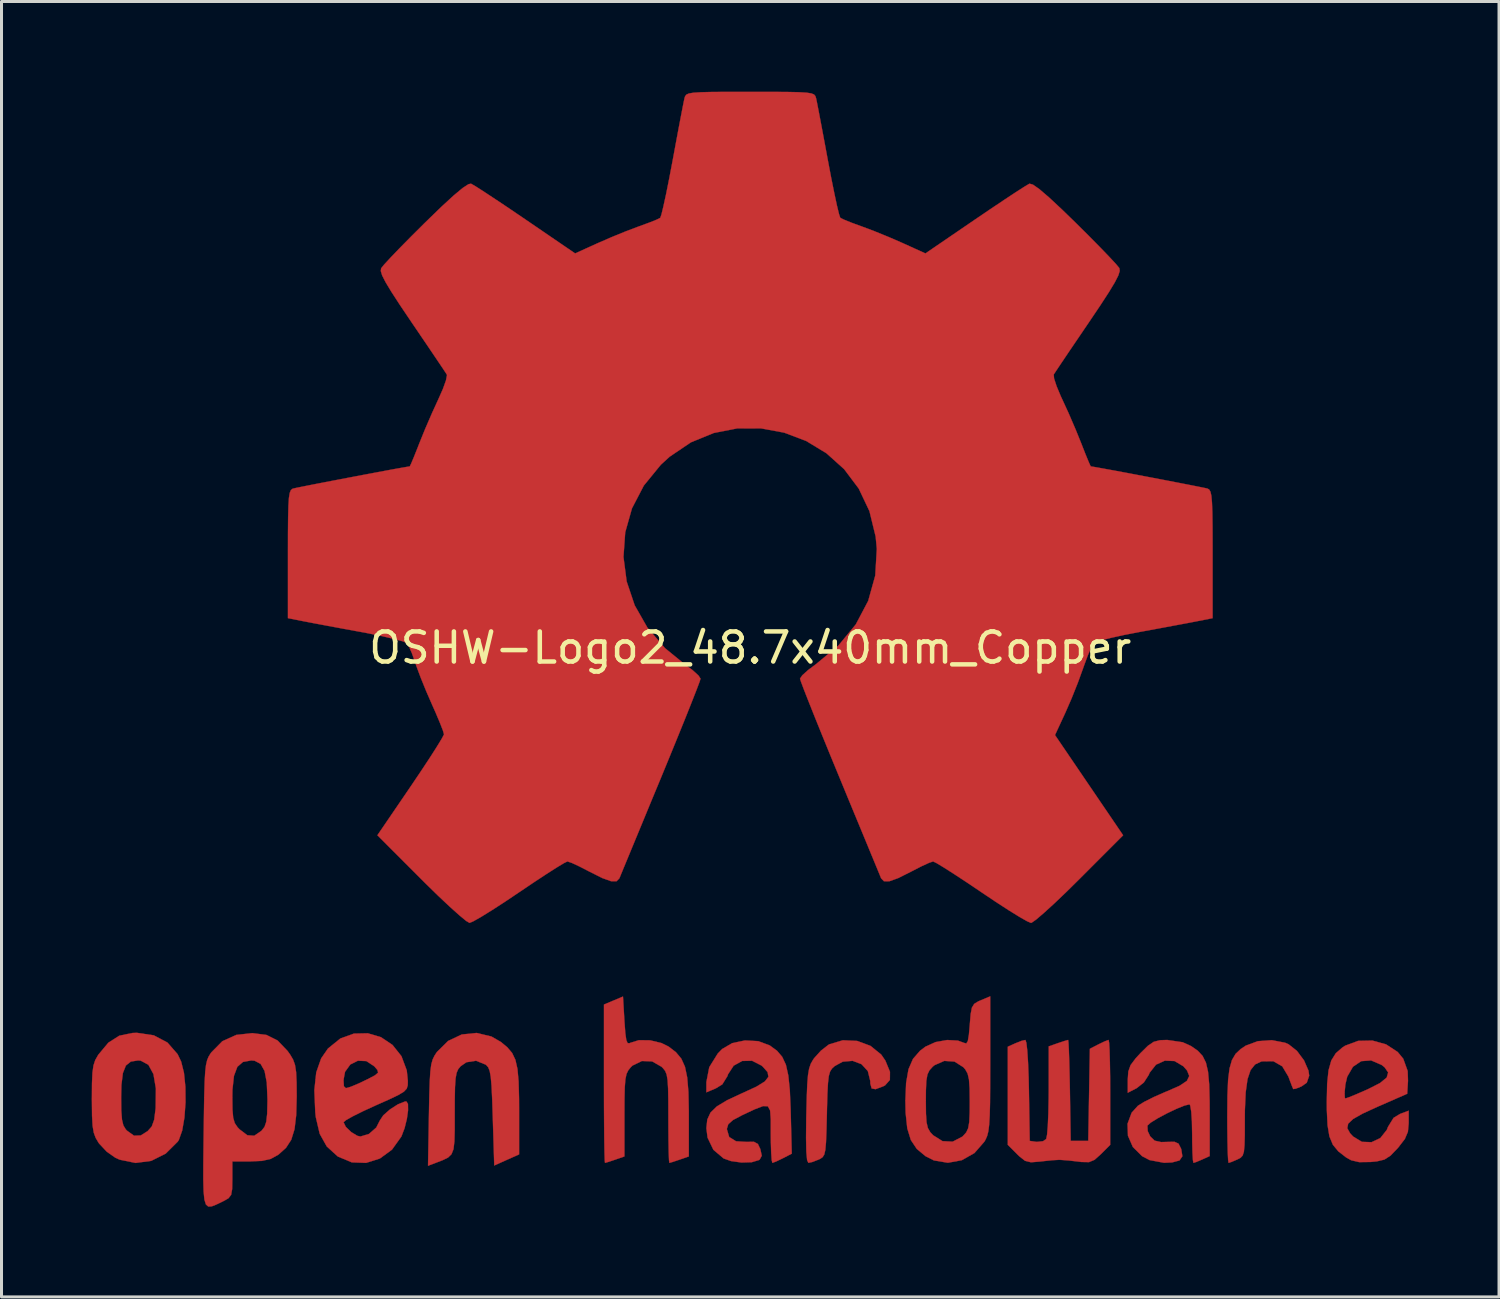
<source format=kicad_pcb>
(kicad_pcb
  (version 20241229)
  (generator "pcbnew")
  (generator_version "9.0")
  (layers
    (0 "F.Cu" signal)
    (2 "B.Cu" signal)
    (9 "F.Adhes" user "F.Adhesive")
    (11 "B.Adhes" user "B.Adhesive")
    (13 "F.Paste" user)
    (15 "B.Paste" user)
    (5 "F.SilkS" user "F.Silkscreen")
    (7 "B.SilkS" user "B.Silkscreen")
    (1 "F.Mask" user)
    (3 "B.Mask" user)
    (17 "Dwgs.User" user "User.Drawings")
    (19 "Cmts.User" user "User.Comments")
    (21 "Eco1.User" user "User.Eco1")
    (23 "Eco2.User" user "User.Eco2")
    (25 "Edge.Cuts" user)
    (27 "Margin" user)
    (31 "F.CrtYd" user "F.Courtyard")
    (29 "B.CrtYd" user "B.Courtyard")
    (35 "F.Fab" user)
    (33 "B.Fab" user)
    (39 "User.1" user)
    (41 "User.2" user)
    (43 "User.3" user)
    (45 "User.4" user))
  (footprint "OSHW-Logo2_48.7x40mm_Copper"
    (layer "F.Cu")
    (at 21.902 18.495)
    (property "Reference" "OSHW-Logo2_48.7x40mm_Copper" (at 0 0 0) (layer "F.SilkS") (effects (font (size 1 1) (thickness 0.15))))
    (attr exclude_from_pos_files exclude_from_bom allow_missing_courtyard)
    (fp_poly (pts (xy 17.786 13.133) (xy 17.902 13.184) (xy 18.18 13.404) (xy 18.417 13.722) (xy 18.564 14.061) (xy 18.588 14.229) (xy 18.508 14.462) (xy 18.332 14.586) (xy 18.143 14.661) (xy 18.057 14.674) (xy 18.015 14.574) (xy 17.932 14.357) (xy 17.896 14.258) (xy 17.692 13.918) (xy 17.396 13.748) (xy 17.017 13.753) (xy 16.989 13.76) (xy 16.787 13.856) (xy 16.638 14.043) (xy 16.537 14.344) (xy 16.476 14.782) (xy 16.449 15.38) (xy 16.447 15.698) (xy 16.446 16.2) (xy 16.437 16.542) (xy 16.416 16.759) (xy 16.374 16.886) (xy 16.306 16.959) (xy 16.205 17.012) (xy 16.199 17.015) (xy 16.004 17.098) (xy 15.907 17.128) (xy 15.892 17.036) (xy 15.879 16.782) (xy 15.87 16.398) (xy 15.864 15.918) (xy 15.863 15.566) (xy 15.869 14.885) (xy 15.891 14.369) (xy 15.939 13.987) (xy 16.019 13.709) (xy 16.139 13.504) (xy 16.309 13.343) (xy 16.476 13.231) (xy 16.878 13.082) (xy 17.345 13.048) (xy 17.786 13.133)) (stroke (width 0.01) (type solid)) (fill yes) (layer "F.Cu"))
    (fp_poly (pts (xy -8.609 12.926) (xy -8.296 13.106) (xy -8.079 13.286) (xy -7.92 13.474) (xy -7.811 13.703) (xy -7.742 14.008) (xy -7.705 14.422) (xy -7.69 14.977) (xy -7.688 15.376) (xy -7.688 16.846) (xy -8.102 17.031) (xy -8.515 17.216) (xy -8.564 15.607) (xy -8.584 15.006) (xy -8.605 14.57) (xy -8.631 14.268) (xy -8.667 14.072) (xy -8.715 13.951) (xy -8.781 13.876) (xy -8.802 13.86) (xy -9.12 13.732) (xy -9.443 13.783) (xy -9.634 13.916) (xy -9.713 14.011) (xy -9.767 14.136) (xy -9.801 14.324) (xy -9.82 14.611) (xy -9.828 15.032) (xy -9.829 15.47) (xy -9.829 16.02) (xy -9.839 16.409) (xy -9.87 16.672) (xy -9.937 16.841) (xy -10.051 16.952) (xy -10.227 17.038) (xy -10.461 17.128) (xy -10.717 17.225) (xy -10.687 15.498) (xy -10.675 14.875) (xy -10.66 14.415) (xy -10.64 14.085) (xy -10.609 13.854) (xy -10.563 13.689) (xy -10.499 13.558) (xy -10.422 13.442) (xy -10.049 13.073) (xy -9.595 12.859) (xy -9.101 12.808) (xy -8.609 12.926)) (stroke (width 0.01) (type solid)) (fill yes) (layer "F.Cu"))
    (fp_poly (pts (xy 3.553 13.073) (xy 3.995 13.236) (xy 4.353 13.525) (xy 4.493 13.728) (xy 4.646 14.101) (xy 4.643 14.37) (xy 4.483 14.551) (xy 4.423 14.582) (xy 4.167 14.678) (xy 4.037 14.654) (xy 3.992 14.492) (xy 3.99 14.403) (xy 3.909 14.075) (xy 3.698 13.846) (xy 3.404 13.735) (xy 3.076 13.763) (xy 2.809 13.908) (xy 2.719 13.99) (xy 2.655 14.09) (xy 2.611 14.242) (xy 2.584 14.478) (xy 2.565 14.833) (xy 2.551 15.34) (xy 2.548 15.501) (xy 2.534 16.05) (xy 2.519 16.437) (xy 2.497 16.693) (xy 2.461 16.85) (xy 2.406 16.939) (xy 2.326 16.994) (xy 2.275 17.018) (xy 2.059 17.101) (xy 1.932 17.128) (xy 1.89 17.037) (xy 1.864 16.762) (xy 1.855 16.3) (xy 1.861 15.647) (xy 1.863 15.547) (xy 1.878 14.951) (xy 1.895 14.516) (xy 1.92 14.208) (xy 1.957 13.993) (xy 2.01 13.836) (xy 2.085 13.704) (xy 2.124 13.647) (xy 2.349 13.397) (xy 2.6 13.202) (xy 2.63 13.185) (xy 3.08 13.051) (xy 3.553 13.073)) (stroke (width 0.01) (type solid)) (fill yes) (layer "F.Cu"))
    (fp_poly (pts (xy 11.934 13.133) (xy 11.949 13.389) (xy 11.96 13.778) (xy 11.968 14.269) (xy 11.97 14.785) (xy 11.97 16.529) (xy 11.662 16.837) (xy 11.45 17.027) (xy 11.264 17.104) (xy 11.009 17.099) (xy 10.908 17.086) (xy 10.592 17.05) (xy 10.331 17.03) (xy 10.267 17.028) (xy 10.052 17.04) (xy 9.745 17.072) (xy 9.626 17.086) (xy 9.334 17.109) (xy 9.137 17.06) (xy 8.942 16.906) (xy 8.872 16.837) (xy 8.564 16.529) (xy 8.564 13.266) (xy 8.812 13.154) (xy 9.025 13.07) (xy 9.15 13.041) (xy 9.182 13.133) (xy 9.212 13.392) (xy 9.238 13.788) (xy 9.258 14.293) (xy 9.267 14.719) (xy 9.294 16.398) (xy 9.526 16.431) (xy 9.737 16.408) (xy 9.841 16.334) (xy 9.87 16.195) (xy 9.895 15.898) (xy 9.913 15.483) (xy 9.923 14.985) (xy 9.925 14.729) (xy 9.926 13.254) (xy 10.233 13.147) (xy 10.45 13.075) (xy 10.568 13.041) (xy 10.571 13.041) (xy 10.583 13.133) (xy 10.596 13.388) (xy 10.609 13.775) (xy 10.621 14.263) (xy 10.63 14.719) (xy 10.656 16.398) (xy 11.24 16.398) (xy 11.267 14.867) (xy 11.294 13.335) (xy 11.578 13.188) (xy 11.789 13.087) (xy 11.913 13.041) (xy 11.917 13.041) (xy 11.934 13.133)) (stroke (width 0.01) (type solid)) (fill yes) (layer "F.Cu"))
    (fp_poly (pts (xy -4.185 12.413) (xy -4.156 12.811) (xy -4.123 13.045) (xy -4.078 13.147) (xy -4.012 13.149) (xy -3.99 13.136) (xy -3.704 13.048) (xy -3.331 13.053) (xy -2.952 13.144) (xy -2.715 13.262) (xy -2.472 13.449) (xy -2.294 13.662) (xy -2.172 13.932) (xy -2.097 14.292) (xy -2.057 14.775) (xy -2.044 15.414) (xy -2.044 15.537) (xy -2.044 16.914) (xy -2.35 17.021) (xy -2.568 17.094) (xy -2.687 17.128) (xy -2.691 17.128) (xy -2.703 17.036) (xy -2.713 16.783) (xy -2.72 16.402) (xy -2.724 15.926) (xy -2.725 15.637) (xy -2.726 15.066) (xy -2.733 14.657) (xy -2.75 14.377) (xy -2.781 14.192) (xy -2.831 14.07) (xy -2.905 13.978) (xy -2.95 13.933) (xy -3.264 13.754) (xy -3.605 13.741) (xy -3.916 13.892) (xy -3.973 13.947) (xy -4.057 14.05) (xy -4.116 14.172) (xy -4.153 14.348) (xy -4.174 14.614) (xy -4.183 15.005) (xy -4.185 15.543) (xy -4.185 16.914) (xy -4.491 17.021) (xy -4.709 17.094) (xy -4.828 17.128) (xy -4.832 17.128) (xy -4.841 17.035) (xy -4.849 16.772) (xy -4.856 16.365) (xy -4.861 15.838) (xy -4.865 15.217) (xy -4.866 14.526) (xy -4.866 14.496) (xy -4.866 11.863) (xy -4.55 11.73) (xy -4.233 11.597) (xy -4.185 12.413)) (stroke (width 0.01) (type solid)) (fill yes) (layer "F.Cu"))
    (fp_poly (pts (xy -19.839 12.887) (xy -19.383 13.127) (xy -19.046 13.513) (xy -18.927 13.761) (xy -18.834 14.133) (xy -18.786 14.604) (xy -18.782 15.118) (xy -18.818 15.62) (xy -18.893 16.054) (xy -19.004 16.366) (xy -19.038 16.42) (xy -19.442 16.821) (xy -19.922 17.061) (xy -20.443 17.131) (xy -20.97 17.023) (xy -21.116 16.958) (xy -21.401 16.757) (xy -21.652 16.49) (xy -21.676 16.457) (xy -21.772 16.294) (xy -21.835 16.12) (xy -21.873 15.891) (xy -21.891 15.563) (xy -21.896 15.092) (xy -21.897 14.987) (xy -21.896 14.953) (xy -20.923 14.953) (xy -20.918 15.398) (xy -20.895 15.692) (xy -20.849 15.883) (xy -20.769 16.014) (xy -20.729 16.057) (xy -20.496 16.224) (xy -20.27 16.216) (xy -20.041 16.072) (xy -19.905 15.918) (xy -19.824 15.693) (xy -19.779 15.338) (xy -19.776 15.297) (xy -19.768 14.654) (xy -19.849 14.176) (xy -20.017 13.867) (xy -20.272 13.729) (xy -20.363 13.722) (xy -20.602 13.76) (xy -20.765 13.891) (xy -20.865 14.141) (xy -20.914 14.537) (xy -20.923 14.953) (xy -21.896 14.953) (xy -21.893 14.486) (xy -21.878 14.135) (xy -21.844 13.892) (xy -21.786 13.714) (xy -21.697 13.556) (xy -21.678 13.526) (xy -21.347 13.13) (xy -20.986 12.9) (xy -20.547 12.809) (xy -20.398 12.804) (xy -19.839 12.887)) (stroke (width 0.01) (type solid)) (fill yes) (layer "F.Cu"))
    (fp_poly (pts (xy 21.145 13.188) (xy 21.53 13.44) (xy 21.716 13.665) (xy 21.863 14.074) (xy 21.874 14.398) (xy 21.848 14.83) (xy 20.85 15.267) (xy 20.365 15.49) (xy 20.048 15.669) (xy 19.884 15.825) (xy 19.855 15.976) (xy 19.947 16.142) (xy 20.048 16.252) (xy 20.341 16.429) (xy 20.661 16.441) (xy 20.954 16.303) (xy 21.17 16.03) (xy 21.208 15.933) (xy 21.393 15.632) (xy 21.605 15.503) (xy 21.897 15.393) (xy 21.897 15.81) (xy 21.871 16.094) (xy 21.77 16.333) (xy 21.558 16.608) (xy 21.527 16.644) (xy 21.292 16.888) (xy 21.089 17.019) (xy 20.837 17.079) (xy 20.627 17.099) (xy 20.252 17.104) (xy 19.985 17.042) (xy 19.818 16.949) (xy 19.556 16.745) (xy 19.375 16.525) (xy 19.26 16.248) (xy 19.198 15.874) (xy 19.174 15.363) (xy 19.172 15.104) (xy 19.179 14.793) (xy 19.766 14.793) (xy 19.773 14.96) (xy 19.79 14.987) (xy 19.902 14.95) (xy 20.143 14.852) (xy 20.466 14.712) (xy 20.533 14.682) (xy 20.941 14.475) (xy 21.165 14.293) (xy 21.214 14.122) (xy 21.096 13.95) (xy 20.999 13.873) (xy 20.647 13.721) (xy 20.318 13.746) (xy 20.043 13.932) (xy 19.852 14.263) (xy 19.791 14.525) (xy 19.766 14.793) (xy 19.179 14.793) (xy 19.185 14.498) (xy 19.231 14.05) (xy 19.323 13.723) (xy 19.472 13.483) (xy 19.69 13.293) (xy 19.785 13.231) (xy 20.216 13.071) (xy 20.688 13.061) (xy 21.145 13.188)) (stroke (width 0.01) (type solid)) (fill yes) (layer "F.Cu"))
    (fp_poly (pts (xy 7.98 13.848) (xy 7.978 14.576) (xy 7.974 15.135) (xy 7.963 15.554) (xy 7.945 15.858) (xy 7.918 16.075) (xy 7.879 16.231) (xy 7.826 16.353) (xy 7.786 16.423) (xy 7.455 16.802) (xy 7.035 17.04) (xy 6.571 17.125) (xy 6.106 17.047) (xy 5.829 16.907) (xy 5.538 16.665) (xy 5.34 16.369) (xy 5.221 15.981) (xy 5.166 15.464) (xy 5.158 15.084) (xy 5.159 15.057) (xy 5.839 15.057) (xy 5.843 15.492) (xy 5.862 15.78) (xy 5.906 15.969) (xy 5.984 16.105) (xy 6.078 16.208) (xy 6.392 16.406) (xy 6.73 16.423) (xy 7.049 16.258) (xy 7.074 16.235) (xy 7.18 16.118) (xy 7.246 15.979) (xy 7.282 15.773) (xy 7.297 15.452) (xy 7.299 15.098) (xy 7.294 14.653) (xy 7.273 14.356) (xy 7.228 14.161) (xy 7.151 14.021) (xy 7.087 13.947) (xy 6.792 13.76) (xy 6.452 13.737) (xy 6.127 13.88) (xy 6.064 13.933) (xy 5.958 14.051) (xy 5.891 14.192) (xy 5.855 14.401) (xy 5.841 14.725) (xy 5.839 15.057) (xy 5.159 15.057) (xy 5.182 14.473) (xy 5.262 14.014) (xy 5.412 13.669) (xy 5.646 13.4) (xy 5.829 13.262) (xy 6.161 13.112) (xy 6.546 13.043) (xy 6.904 13.062) (xy 7.104 13.136) (xy 7.183 13.158) (xy 7.235 13.078) (xy 7.271 12.866) (xy 7.299 12.542) (xy 7.329 12.182) (xy 7.371 11.965) (xy 7.447 11.841) (xy 7.58 11.759) (xy 7.664 11.723) (xy 7.98 11.59) (xy 7.98 13.848)) (stroke (width 0.01) (type solid)) (fill yes) (layer "F.Cu"))
    (fp_poly (pts (xy -12.281 12.949) (xy -11.898 13.207) (xy -11.601 13.58) (xy -11.424 14.054) (xy -11.388 14.403) (xy -11.392 14.549) (xy -11.426 14.661) (xy -11.52 14.761) (xy -11.703 14.871) (xy -12.005 15.016) (xy -12.454 15.216) (xy -12.457 15.217) (xy -12.871 15.407) (xy -13.21 15.575) (xy -13.441 15.704) (xy -13.527 15.776) (xy -13.527 15.776) (xy -13.451 15.932) (xy -13.273 16.104) (xy -13.069 16.228) (xy -12.965 16.252) (xy -12.682 16.167) (xy -12.439 15.954) (xy -12.32 15.72) (xy -12.206 15.548) (xy -11.982 15.351) (xy -11.719 15.182) (xy -11.487 15.089) (xy -11.439 15.084) (xy -11.384 15.168) (xy -11.381 15.381) (xy -11.421 15.669) (xy -11.497 15.975) (xy -11.6 16.245) (xy -11.605 16.255) (xy -11.916 16.689) (xy -12.319 16.984) (xy -12.777 17.129) (xy -13.251 17.112) (xy -13.706 16.922) (xy -13.727 16.909) (xy -14.084 16.584) (xy -14.32 16.161) (xy -14.45 15.605) (xy -14.467 15.449) (xy -14.498 14.711) (xy -14.461 14.367) (xy -13.527 14.367) (xy -13.515 14.582) (xy -13.449 14.644) (xy -13.283 14.597) (xy -13.022 14.487) (xy -12.731 14.348) (xy -12.724 14.344) (xy -12.477 14.214) (xy -12.377 14.127) (xy -12.402 14.037) (xy -12.505 13.917) (xy -12.767 13.744) (xy -13.049 13.731) (xy -13.302 13.857) (xy -13.477 14.1) (xy -13.527 14.367) (xy -14.461 14.367) (xy -14.435 14.121) (xy -14.271 13.653) (xy -14.044 13.325) (xy -13.634 12.993) (xy -13.182 12.829) (xy -12.72 12.819) (xy -12.281 12.949)) (stroke (width 0.01) (type solid)) (fill yes) (layer "F.Cu"))
    (fp_poly (pts (xy 0.266 13.081) (xy 0.648 13.223) (xy 0.652 13.226) (xy 0.888 13.399) (xy 1.062 13.602) (xy 1.185 13.866) (xy 1.265 14.224) (xy 1.315 14.708) (xy 1.343 15.351) (xy 1.345 15.442) (xy 1.38 16.822) (xy 1.084 16.975) (xy 0.87 17.078) (xy 0.741 17.127) (xy 0.735 17.128) (xy 0.712 17.038) (xy 0.695 16.793) (xy 0.684 16.437) (xy 0.681 16.148) (xy 0.681 15.681) (xy 0.66 15.387) (xy 0.585 15.247) (xy 0.426 15.24) (xy 0.149 15.346) (xy -0.268 15.541) (xy -0.574 15.703) (xy -0.732 15.843) (xy -0.778 15.996) (xy -0.779 16.004) (xy -0.702 16.268) (xy -0.475 16.41) (xy -0.129 16.431) (xy 0.121 16.427) (xy 0.253 16.499) (xy 0.335 16.672) (xy 0.382 16.892) (xy 0.314 17.017) (xy 0.288 17.035) (xy 0.047 17.107) (xy -0.291 17.117) (xy -0.639 17.069) (xy -0.886 16.982) (xy -1.227 16.693) (xy -1.421 16.289) (xy -1.46 15.974) (xy -1.43 15.69) (xy -1.324 15.458) (xy -1.114 15.252) (xy -0.773 15.046) (xy -0.274 14.813) (xy -0.243 14.8) (xy 0.207 14.592) (xy 0.484 14.421) (xy 0.603 14.268) (xy 0.577 14.112) (xy 0.42 13.933) (xy 0.373 13.892) (xy 0.058 13.732) (xy -0.269 13.739) (xy -0.553 13.896) (xy -0.742 14.186) (xy -0.759 14.242) (xy -0.93 14.518) (xy -1.147 14.651) (xy -1.46 14.783) (xy -1.46 14.442) (xy -1.364 13.947) (xy -1.082 13.493) (xy -0.935 13.341) (xy -0.6 13.146) (xy -0.175 13.057) (xy 0.266 13.081)) (stroke (width 0.01) (type solid)) (fill yes) (layer "F.Cu"))
    (fp_poly (pts (xy -16.094 12.873) (xy -15.722 13.058) (xy -15.394 13.4) (xy -15.303 13.526) (xy -15.205 13.692) (xy -15.141 13.871) (xy -15.104 14.111) (xy -15.088 14.457) (xy -15.084 14.914) (xy -15.101 15.539) (xy -15.157 16.009) (xy -15.266 16.36) (xy -15.439 16.627) (xy -15.686 16.849) (xy -15.705 16.862) (xy -15.949 16.997) (xy -16.243 17.063) (xy -16.617 17.079) (xy -17.225 17.079) (xy -17.225 17.67) (xy -17.231 17.998) (xy -17.265 18.191) (xy -17.355 18.307) (xy -17.528 18.404) (xy -17.569 18.424) (xy -17.763 18.517) (xy -17.913 18.576) (xy -18.025 18.581) (xy -18.103 18.513) (xy -18.154 18.352) (xy -18.181 18.079) (xy -18.192 17.676) (xy -18.19 17.121) (xy -18.182 16.396) (xy -18.179 16.179) (xy -18.169 15.432) (xy -18.161 14.943) (xy -17.225 14.943) (xy -17.22 15.358) (xy -17.197 15.629) (xy -17.144 15.808) (xy -17.05 15.946) (xy -16.986 16.013) (xy -16.726 16.21) (xy -16.496 16.226) (xy -16.258 16.063) (xy -16.252 16.057) (xy -16.155 15.932) (xy -16.097 15.762) (xy -16.067 15.499) (xy -16.058 15.098) (xy -16.057 15.009) (xy -16.08 14.455) (xy -16.153 14.072) (xy -16.284 13.838) (xy -16.483 13.732) (xy -16.598 13.722) (xy -16.871 13.772) (xy -17.059 13.935) (xy -17.171 14.235) (xy -17.221 14.691) (xy -17.225 14.943) (xy -18.161 14.943) (xy -18.159 14.853) (xy -18.146 14.418) (xy -18.127 14.1) (xy -18.101 13.875) (xy -18.064 13.715) (xy -18.015 13.596) (xy -17.951 13.492) (xy -17.923 13.453) (xy -17.558 13.083) (xy -17.095 12.873) (xy -16.561 12.814) (xy -16.094 12.873)) (stroke (width 0.01) (type solid)) (fill yes) (layer "F.Cu"))
    (fp_poly (pts (xy 14.381 13.117) (xy 14.662 13.245) (xy 14.882 13.399) (xy 15.043 13.572) (xy 15.154 13.795) (xy 15.224 14.099) (xy 15.262 14.518) (xy 15.277 15.082) (xy 15.279 15.453) (xy 15.279 16.902) (xy 15.031 17.015) (xy 14.836 17.098) (xy 14.739 17.128) (xy 14.721 17.038) (xy 14.706 16.794) (xy 14.697 16.438) (xy 14.695 16.155) (xy 14.687 15.746) (xy 14.665 15.422) (xy 14.632 15.224) (xy 14.607 15.182) (xy 14.434 15.225) (xy 14.164 15.335) (xy 13.85 15.485) (xy 13.55 15.646) (xy 13.317 15.79) (xy 13.209 15.889) (xy 13.208 15.89) (xy 13.218 16.073) (xy 13.301 16.248) (xy 13.448 16.39) (xy 13.663 16.437) (xy 13.846 16.432) (xy 14.106 16.427) (xy 14.242 16.488) (xy 14.324 16.649) (xy 14.335 16.679) (xy 14.37 16.909) (xy 14.275 17.048) (xy 14.028 17.114) (xy 13.761 17.126) (xy 13.28 17.036) (xy 13.031 16.906) (xy 12.723 16.6) (xy 12.56 16.226) (xy 12.546 15.83) (xy 12.683 15.461) (xy 12.891 15.23) (xy 13.098 15.101) (xy 13.423 14.937) (xy 13.802 14.771) (xy 13.865 14.746) (xy 14.282 14.562) (xy 14.522 14.4) (xy 14.599 14.239) (xy 14.527 14.058) (xy 14.403 13.916) (xy 14.11 13.742) (xy 13.788 13.729) (xy 13.493 13.863) (xy 13.281 14.131) (xy 13.253 14.2) (xy 13.09 14.454) (xy 12.853 14.643) (xy 12.554 14.797) (xy 12.554 14.359) (xy 12.572 14.091) (xy 12.647 13.879) (xy 12.815 13.654) (xy 12.975 13.48) (xy 13.225 13.234) (xy 13.419 13.102) (xy 13.628 13.049) (xy 13.864 13.041) (xy 14.381 13.117)) (stroke (width 0.01) (type solid)) (fill yes) (layer "F.Cu"))
    (fp_poly (pts (xy 0.697 -18.49) (xy 1.223 -18.487) (xy 1.604 -18.479) (xy 1.865 -18.464) (xy 2.029 -18.439) (xy 2.121 -18.402) (xy 2.165 -18.35) (xy 2.187 -18.28) (xy 2.19 -18.271) (xy 2.223 -18.11) (xy 2.285 -17.79) (xy 2.369 -17.348) (xy 2.469 -16.815) (xy 2.578 -16.227) (xy 2.582 -16.207) (xy 2.691 -15.631) (xy 2.794 -15.122) (xy 2.882 -14.71) (xy 2.951 -14.427) (xy 2.992 -14.303) (xy 2.994 -14.3) (xy 3.116 -14.24) (xy 3.369 -14.138) (xy 3.696 -14.018) (xy 3.698 -14.018) (xy 4.111 -13.863) (xy 4.597 -13.665) (xy 5.056 -13.466) (xy 5.078 -13.456) (xy 5.825 -13.117) (xy 7.479 -14.247) (xy 7.986 -14.591) (xy 8.446 -14.899) (xy 8.831 -15.153) (xy 9.115 -15.335) (xy 9.272 -15.429) (xy 9.287 -15.436) (xy 9.4 -15.405) (xy 9.613 -15.256) (xy 9.932 -14.983) (xy 10.367 -14.577) (xy 10.811 -14.146) (xy 11.239 -13.721) (xy 11.622 -13.333) (xy 11.937 -13.006) (xy 12.161 -12.765) (xy 12.271 -12.632) (xy 12.275 -12.625) (xy 12.287 -12.534) (xy 12.241 -12.386) (xy 12.126 -12.16) (xy 11.931 -11.836) (xy 11.644 -11.394) (xy 11.261 -10.825) (xy 10.921 -10.324) (xy 10.617 -9.876) (xy 10.367 -9.504) (xy 10.188 -9.237) (xy 10.098 -9.099) (xy 10.092 -9.09) (xy 10.103 -8.958) (xy 10.187 -8.701) (xy 10.326 -8.369) (xy 10.376 -8.262) (xy 10.593 -7.789) (xy 10.824 -7.252) (xy 11.012 -6.788) (xy 11.147 -6.443) (xy 11.255 -6.181) (xy 11.317 -6.044) (xy 11.325 -6.034) (xy 11.439 -6.016) (xy 11.709 -5.968) (xy 12.098 -5.897) (xy 12.57 -5.809) (xy 13.09 -5.71) (xy 13.622 -5.609) (xy 14.13 -5.511) (xy 14.578 -5.424) (xy 14.931 -5.354) (xy 15.152 -5.309) (xy 15.206 -5.296) (xy 15.262 -5.264) (xy 15.304 -5.192) (xy 15.335 -5.055) (xy 15.355 -4.829) (xy 15.368 -4.491) (xy 15.374 -4.014) (xy 15.376 -3.376) (xy 15.376 -3.115) (xy 15.376 -0.987) (xy 14.865 -0.886) (xy 14.581 -0.831) (xy 14.157 -0.752) (xy 13.644 -0.656) (xy 13.095 -0.555) (xy 12.943 -0.527) (xy 12.436 -0.429) (xy 11.995 -0.332) (xy 11.656 -0.246) (xy 11.456 -0.179) (xy 11.423 -0.159) (xy 11.341 -0.018) (xy 11.224 0.255) (xy 11.094 0.606) (xy 11.068 0.681) (xy 10.898 1.15) (xy 10.687 1.679) (xy 10.48 2.154) (xy 10.479 2.156) (xy 10.134 2.901) (xy 11.267 4.568) (xy 12.4 6.234) (xy 10.945 7.691) (xy 10.505 8.125) (xy 10.104 8.507) (xy 9.764 8.817) (xy 9.508 9.036) (xy 9.358 9.141) (xy 9.336 9.148) (xy 9.21 9.095) (xy 8.952 8.948) (xy 8.591 8.725) (xy 8.155 8.442) (xy 7.684 8.126) (xy 7.205 7.803) (xy 6.778 7.523) (xy 6.43 7.301) (xy 6.189 7.156) (xy 6.081 7.104) (xy 5.949 7.148) (xy 5.698 7.263) (xy 5.382 7.425) (xy 5.348 7.443) (xy 4.921 7.657) (xy 4.629 7.762) (xy 4.447 7.763) (xy 4.352 7.665) (xy 4.351 7.664) (xy 4.304 7.548) (xy 4.191 7.274) (xy 4.021 6.863) (xy 3.803 6.335) (xy 3.545 5.712) (xy 3.257 5.016) (xy 2.979 4.341) (xy 2.672 3.597) (xy 2.391 2.908) (xy 2.143 2.295) (xy 1.937 1.778) (xy 1.781 1.38) (xy 1.684 1.121) (xy 1.654 1.025) (xy 1.729 0.914) (xy 1.925 0.737) (xy 2.186 0.542) (xy 2.928 -0.073) (xy 3.509 -0.779) (xy 3.921 -1.56) (xy 4.156 -2.402) (xy 4.208 -3.289) (xy 4.17 -3.698) (xy 3.963 -4.547) (xy 3.607 -5.297) (xy 3.123 -5.941) (xy 2.534 -6.47) (xy 1.862 -6.878) (xy 1.129 -7.156) (xy 0.356 -7.299) (xy -0.433 -7.298) (xy -1.216 -7.145) (xy -1.973 -6.835) (xy -2.68 -6.358) (xy -2.975 -6.089) (xy -3.54 -5.397) (xy -3.934 -4.64) (xy -4.159 -3.842) (xy -4.217 -3.023) (xy -4.111 -2.207) (xy -3.844 -1.414) (xy -3.418 -0.667) (xy -2.836 0.011) (xy -2.186 0.542) (xy -1.915 0.745) (xy -1.723 0.92) (xy -1.654 1.025) (xy -1.69 1.139) (xy -1.793 1.411) (xy -1.954 1.821) (xy -2.164 2.348) (xy -2.416 2.969) (xy -2.7 3.664) (xy -2.979 4.342) (xy -3.288 5.086) (xy -3.573 5.777) (xy -3.827 6.391) (xy -4.041 6.908) (xy -4.206 7.307) (xy -4.313 7.567) (xy -4.352 7.664) (xy -4.446 7.762) (xy -4.627 7.762) (xy -4.919 7.658) (xy -5.345 7.444) (xy -5.348 7.443) (xy -5.669 7.277) (xy -5.928 7.156) (xy -6.074 7.105) (xy -6.081 7.104) (xy -6.191 7.157) (xy -6.434 7.303) (xy -6.782 7.525) (xy -7.21 7.807) (xy -7.684 8.126) (xy -8.166 8.45) (xy -8.601 8.731) (xy -8.96 8.953) (xy -9.215 9.097) (xy -9.336 9.148) (xy -9.449 9.082) (xy -9.674 8.896) (xy -9.99 8.613) (xy -10.375 8.251) (xy -10.805 7.831) (xy -10.946 7.69) (xy -12.401 6.233) (xy -11.293 4.608) (xy -10.957 4.109) (xy -10.661 3.661) (xy -10.424 3.29) (xy -10.261 3.022) (xy -10.188 2.883) (xy -10.186 2.874) (xy -10.224 2.743) (xy -10.327 2.48) (xy -10.476 2.128) (xy -10.581 1.893) (xy -10.777 1.443) (xy -10.962 0.988) (xy -11.105 0.604) (xy -11.144 0.487) (xy -11.255 0.174) (xy -11.363 -0.068) (xy -11.422 -0.159) (xy -11.553 -0.215) (xy -11.839 -0.294) (xy -12.242 -0.388) (xy -12.727 -0.487) (xy -12.943 -0.527) (xy -13.494 -0.628) (xy -14.021 -0.726) (xy -14.475 -0.811) (xy -14.804 -0.874) (xy -14.865 -0.886) (xy -15.376 -0.987) (xy -15.376 -3.115) (xy -15.375 -3.814) (xy -15.37 -4.343) (xy -15.36 -4.727) (xy -15.343 -4.989) (xy -15.316 -5.153) (xy -15.278 -5.245) (xy -15.227 -5.288) (xy -15.206 -5.296) (xy -15.08 -5.324) (xy -14.801 -5.38) (xy -14.405 -5.458) (xy -13.928 -5.55) (xy -13.406 -5.65) (xy -12.874 -5.751) (xy -12.369 -5.846) (xy -11.927 -5.929) (xy -11.582 -5.991) (xy -11.372 -6.027) (xy -11.325 -6.034) (xy -11.283 -6.118) (xy -11.189 -6.341) (xy -11.061 -6.662) (xy -11.012 -6.788) (xy -10.815 -7.274) (xy -10.583 -7.81) (xy -10.376 -8.262) (xy -10.223 -8.608) (xy -10.121 -8.892) (xy -10.087 -9.066) (xy -10.093 -9.09) (xy -10.164 -9.2) (xy -10.328 -9.445) (xy -10.566 -9.798) (xy -10.861 -10.234) (xy -11.196 -10.727) (xy -11.262 -10.824) (xy -11.65 -11.4) (xy -11.935 -11.839) (xy -12.129 -12.161) (xy -12.243 -12.385) (xy -12.288 -12.533) (xy -12.276 -12.624) (xy -12.275 -12.625) (xy -12.179 -12.744) (xy -11.966 -12.975) (xy -11.66 -13.294) (xy -11.283 -13.677) (xy -10.859 -14.099) (xy -10.811 -14.146) (xy -10.277 -14.664) (xy -9.864 -15.044) (xy -9.565 -15.293) (xy -9.372 -15.419) (xy -9.287 -15.436) (xy -9.162 -15.365) (xy -8.904 -15.201) (xy -8.54 -14.961) (xy -8.094 -14.664) (xy -7.595 -14.326) (xy -7.479 -14.247) (xy -5.825 -13.117) (xy -5.078 -13.456) (xy -4.623 -13.654) (xy -4.136 -13.853) (xy -3.717 -14.011) (xy -3.698 -14.018) (xy -3.37 -14.138) (xy -3.117 -14.239) (xy -2.994 -14.3) (xy -2.994 -14.3) (xy -2.955 -14.411) (xy -2.889 -14.682) (xy -2.801 -15.085) (xy -2.7 -15.587) (xy -2.591 -16.159) (xy -2.582 -16.207) (xy -2.473 -16.796) (xy -2.373 -17.331) (xy -2.288 -17.777) (xy -2.225 -18.101) (xy -2.19 -18.269) (xy -2.19 -18.271) (xy -2.168 -18.343) (xy -2.127 -18.397) (xy -2.042 -18.436) (xy -1.887 -18.462) (xy -1.639 -18.478) (xy -1.273 -18.487) (xy -0.764 -18.49) (xy -0.088 -18.49) (xy 0 -18.49) (xy 0.697 -18.49)) (stroke (width 0.01) (type solid)) (fill yes) (layer "F.Cu")))
  (gr_rect
    (start -3 -3)
    (end 46.803 40.081)
    (stroke (width 0.1) (type default))
    (fill no)
    (layer "Edge.Cuts")))
</source>
